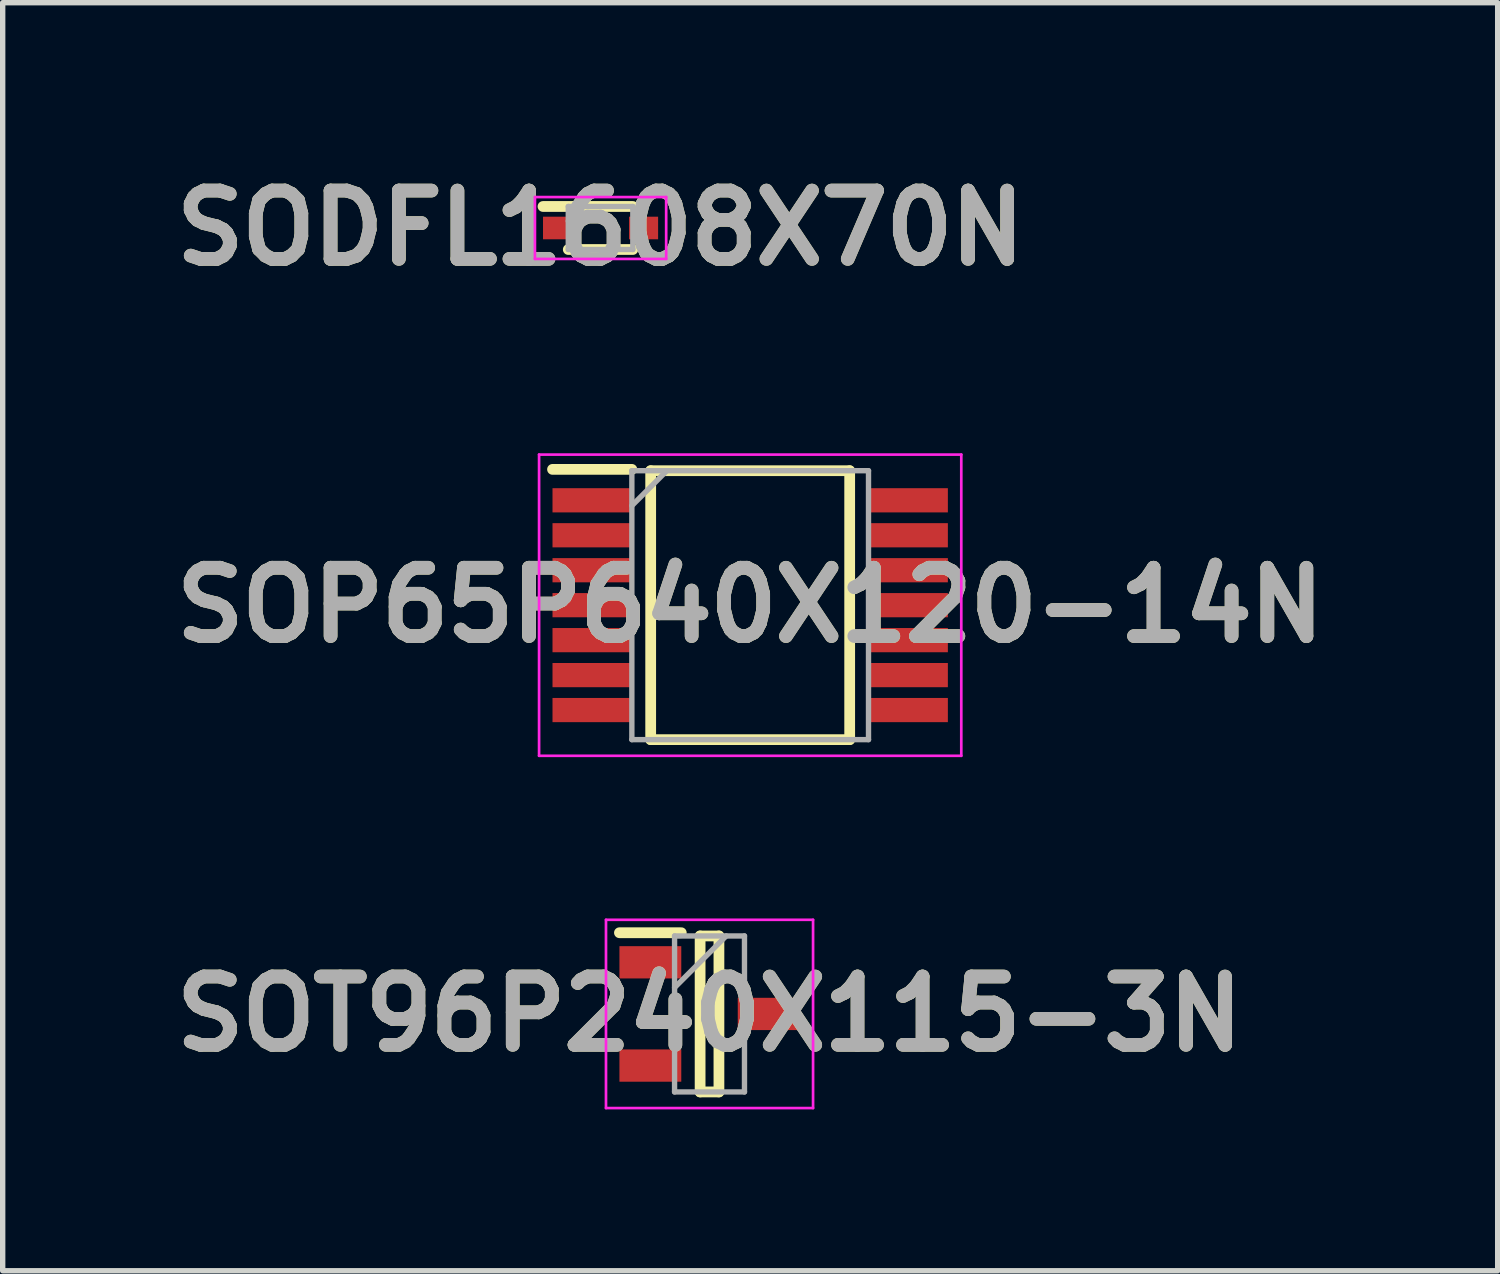
<source format=kicad_pcb>
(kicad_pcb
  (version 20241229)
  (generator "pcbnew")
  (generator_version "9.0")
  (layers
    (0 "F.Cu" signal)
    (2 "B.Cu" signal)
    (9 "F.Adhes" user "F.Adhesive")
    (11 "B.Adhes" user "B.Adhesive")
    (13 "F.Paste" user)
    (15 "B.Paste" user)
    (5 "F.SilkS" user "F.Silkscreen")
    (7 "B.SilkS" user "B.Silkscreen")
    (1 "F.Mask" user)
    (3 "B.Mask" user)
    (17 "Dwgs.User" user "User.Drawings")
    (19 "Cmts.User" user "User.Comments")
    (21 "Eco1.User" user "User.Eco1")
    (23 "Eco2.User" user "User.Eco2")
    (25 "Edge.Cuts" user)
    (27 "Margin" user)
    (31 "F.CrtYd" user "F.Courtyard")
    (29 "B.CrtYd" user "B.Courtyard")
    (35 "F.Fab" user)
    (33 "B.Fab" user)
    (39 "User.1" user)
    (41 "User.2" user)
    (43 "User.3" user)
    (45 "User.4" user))
  (footprint "SOT96P240X115-3N"
    (layer "F.Cu")
    (at 10.142 15.802)
    (property "Reference" "SOT96P240X115-3N" (at 0 0 0) (layer "F.SilkS") (effects (font (size 1.27 1.27) (thickness 0.254))))
    (attr smd)
    (fp_line (start -1.675 -1.51) (end -0.525 -1.51) (stroke (width 0.2) (type solid)) (layer "F.SilkS"))
    (fp_line (start -0.175 -1.45) (end 0.175 -1.45) (stroke (width 0.2) (type solid)) (layer "F.SilkS"))
    (fp_line (start -0.175 1.45) (end -0.175 -1.45) (stroke (width 0.2) (type solid)) (layer "F.SilkS"))
    (fp_line (start 0.175 -1.45) (end 0.175 1.45) (stroke (width 0.2) (type solid)) (layer "F.SilkS"))
    (fp_line (start 0.175 1.45) (end -0.175 1.45) (stroke (width 0.2) (type solid)) (layer "F.SilkS"))
    (fp_line (start -1.925 -1.75) (end 1.925 -1.75) (stroke (width 0.05) (type solid)) (layer "F.CrtYd"))
    (fp_line (start -1.925 1.75) (end -1.925 -1.75) (stroke (width 0.05) (type solid)) (layer "F.CrtYd"))
    (fp_line (start 1.925 -1.75) (end 1.925 1.75) (stroke (width 0.05) (type solid)) (layer "F.CrtYd"))
    (fp_line (start 1.925 1.75) (end -1.925 1.75) (stroke (width 0.05) (type solid)) (layer "F.CrtYd"))
    (fp_line (start -0.65 -1.45) (end 0.65 -1.45) (stroke (width 0.1) (type solid)) (layer "F.Fab"))
    (fp_line (start -0.65 -0.49) (end 0.31 -1.45) (stroke (width 0.1) (type solid)) (layer "F.Fab"))
    (fp_line (start -0.65 1.45) (end -0.65 -1.45) (stroke (width 0.1) (type solid)) (layer "F.Fab"))
    (fp_line (start 0.65 -1.45) (end 0.65 1.45) (stroke (width 0.1) (type solid)) (layer "F.Fab"))
    (fp_line (start 0.65 1.45) (end -0.65 1.45) (stroke (width 0.1) (type solid)) (layer "F.Fab"))
    (fp_text user "${REFERENCE}" (at 0 0 0) (layer "F.Fab") (effects (font (size 1.27 1.27) (thickness 0.254))))
    (pad "1" smd rect (at -1.1 -0.96 90) (size 0.6 1.15) (layers "F.Cu" "F.Mask" "F.Paste"))
    (pad "2" smd rect (at -1.1 0.96 90) (size 0.6 1.15) (layers "F.Cu" "F.Mask" "F.Paste"))
    (pad "3" smd rect (at 1.1 0 90) (size 0.6 1.15) (layers "F.Cu" "F.Mask" "F.Paste")))
  (footprint "SOP65P640X120-14N"
    (layer "F.Cu")
    (at 10.898 8.202)
    (property "Reference" "SOP65P640X120-14N" (at 0 0 0) (layer "F.SilkS") (effects (font (size 1.27 1.27) (thickness 0.254))))
    (attr smd)
    (fp_line (start -3.675 -2.525) (end -2.2 -2.525) (stroke (width 0.2) (type solid)) (layer "F.SilkS"))
    (fp_line (start -1.85 -2.5) (end 1.85 -2.5) (stroke (width 0.2) (type solid)) (layer "F.SilkS"))
    (fp_line (start -1.85 2.5) (end -1.85 -2.5) (stroke (width 0.2) (type solid)) (layer "F.SilkS"))
    (fp_line (start 1.85 -2.5) (end 1.85 2.5) (stroke (width 0.2) (type solid)) (layer "F.SilkS"))
    (fp_line (start 1.85 2.5) (end -1.85 2.5) (stroke (width 0.2) (type solid)) (layer "F.SilkS"))
    (fp_line (start -3.925 -2.8) (end 3.925 -2.8) (stroke (width 0.05) (type solid)) (layer "F.CrtYd"))
    (fp_line (start -3.925 2.8) (end -3.925 -2.8) (stroke (width 0.05) (type solid)) (layer "F.CrtYd"))
    (fp_line (start 3.925 -2.8) (end 3.925 2.8) (stroke (width 0.05) (type solid)) (layer "F.CrtYd"))
    (fp_line (start 3.925 2.8) (end -3.925 2.8) (stroke (width 0.05) (type solid)) (layer "F.CrtYd"))
    (fp_line (start -2.2 -2.5) (end 2.2 -2.5) (stroke (width 0.1) (type solid)) (layer "F.Fab"))
    (fp_line (start -2.2 -1.85) (end -1.55 -2.5) (stroke (width 0.1) (type solid)) (layer "F.Fab"))
    (fp_line (start -2.2 2.5) (end -2.2 -2.5) (stroke (width 0.1) (type solid)) (layer "F.Fab"))
    (fp_line (start 2.2 -2.5) (end 2.2 2.5) (stroke (width 0.1) (type solid)) (layer "F.Fab"))
    (fp_line (start 2.2 2.5) (end -2.2 2.5) (stroke (width 0.1) (type solid)) (layer "F.Fab"))
    (fp_text user "${REFERENCE}" (at 0 0 0) (layer "F.Fab") (effects (font (size 1.27 1.27) (thickness 0.254))))
    (pad "1" smd rect (at -2.938 -1.95 90) (size 0.45 1.475) (layers "F.Cu" "F.Mask" "F.Paste"))
    (pad "2" smd rect (at -2.938 -1.3 90) (size 0.45 1.475) (layers "F.Cu" "F.Mask" "F.Paste"))
    (pad "3" smd rect (at -2.938 -0.65 90) (size 0.45 1.475) (layers "F.Cu" "F.Mask" "F.Paste"))
    (pad "4" smd rect (at -2.938 0 90) (size 0.45 1.475) (layers "F.Cu" "F.Mask" "F.Paste"))
    (pad "5" smd rect (at -2.938 0.65 90) (size 0.45 1.475) (layers "F.Cu" "F.Mask" "F.Paste"))
    (pad "6" smd rect (at -2.938 1.3 90) (size 0.45 1.475) (layers "F.Cu" "F.Mask" "F.Paste"))
    (pad "7" smd rect (at -2.938 1.95 90) (size 0.45 1.475) (layers "F.Cu" "F.Mask" "F.Paste"))
    (pad "8" smd rect (at 2.938 1.95 90) (size 0.45 1.475) (layers "F.Cu" "F.Mask" "F.Paste"))
    (pad "9" smd rect (at 2.938 1.3 90) (size 0.45 1.475) (layers "F.Cu" "F.Mask" "F.Paste"))
    (pad "10" smd rect (at 2.938 0.65 90) (size 0.45 1.475) (layers "F.Cu" "F.Mask" "F.Paste"))
    (pad "11" smd rect (at 2.938 0 90) (size 0.45 1.475) (layers "F.Cu" "F.Mask" "F.Paste"))
    (pad "12" smd rect (at 2.938 -0.65 90) (size 0.45 1.475) (layers "F.Cu" "F.Mask" "F.Paste"))
    (pad "13" smd rect (at 2.938 -1.3 90) (size 0.45 1.475) (layers "F.Cu" "F.Mask" "F.Paste"))
    (pad "14" smd rect (at 2.938 -1.95 90) (size 0.45 1.475) (layers "F.Cu" "F.Mask" "F.Paste")))
  (footprint "SODFL1608X70N"
    (layer "F.Cu")
    (at 8.116 1.189)
    (property "Reference" "SODFL1608X70N" (at 0 0 0) (layer "F.SilkS") (effects (font (size 1.27 1.27) (thickness 0.254))))
    (attr smd)
    (fp_line (start -1.07 -0.4) (end 0.6 -0.4) (stroke (width 0.2) (type solid)) (layer "F.SilkS"))
    (fp_line (start -0.6 0.4) (end 0.6 0.4) (stroke (width 0.2) (type solid)) (layer "F.SilkS"))
    (fp_line (start -1.22 -0.575) (end 1.22 -0.575) (stroke (width 0.05) (type solid)) (layer "F.CrtYd"))
    (fp_line (start -1.22 0.575) (end -1.22 -0.575) (stroke (width 0.05) (type solid)) (layer "F.CrtYd"))
    (fp_line (start 1.22 -0.575) (end 1.22 0.575) (stroke (width 0.05) (type solid)) (layer "F.CrtYd"))
    (fp_line (start 1.22 0.575) (end -1.22 0.575) (stroke (width 0.05) (type solid)) (layer "F.CrtYd"))
    (fp_line (start -0.6 -0.4) (end 0.6 -0.4) (stroke (width 0.1) (type solid)) (layer "F.Fab"))
    (fp_line (start -0.6 -0.13) (end -0.33 -0.4) (stroke (width 0.1) (type solid)) (layer "F.Fab"))
    (fp_line (start -0.6 0.4) (end -0.6 -0.4) (stroke (width 0.1) (type solid)) (layer "F.Fab"))
    (fp_line (start 0.6 -0.4) (end 0.6 0.4) (stroke (width 0.1) (type solid)) (layer "F.Fab"))
    (fp_line (start 0.6 0.4) (end -0.6 0.4) (stroke (width 0.1) (type solid)) (layer "F.Fab"))
    (fp_text user "${REFERENCE}" (at 0 0 0) (layer "F.Fab") (effects (font (size 1.27 1.27) (thickness 0.254))))
    (pad "1" smd rect (at -0.8 0 90) (size 0.42 0.54) (layers "F.Cu" "F.Mask" "F.Paste"))
    (pad "2" smd rect (at 0.8 0 90) (size 0.42 0.54) (layers "F.Cu" "F.Mask" "F.Paste")))
  (gr_rect
    (start -3 -3)
    (end 24.796 20.577)
    (stroke (width 0.1) (type default))
    (fill no)
    (layer "Edge.Cuts")))
</source>
